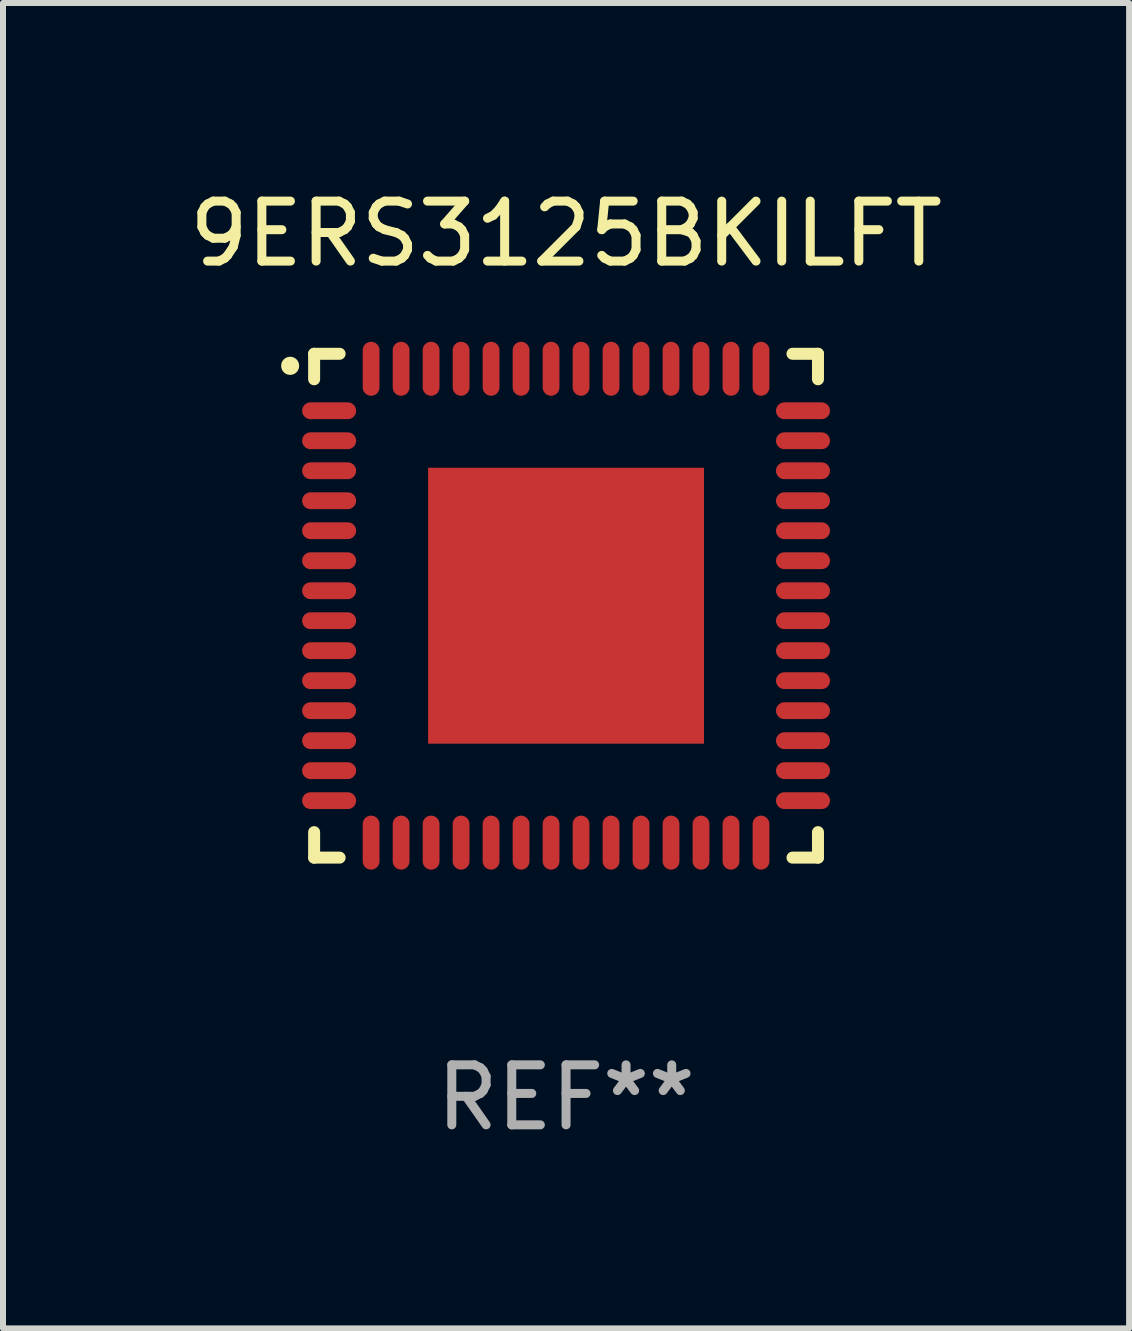
<source format=kicad_pcb>
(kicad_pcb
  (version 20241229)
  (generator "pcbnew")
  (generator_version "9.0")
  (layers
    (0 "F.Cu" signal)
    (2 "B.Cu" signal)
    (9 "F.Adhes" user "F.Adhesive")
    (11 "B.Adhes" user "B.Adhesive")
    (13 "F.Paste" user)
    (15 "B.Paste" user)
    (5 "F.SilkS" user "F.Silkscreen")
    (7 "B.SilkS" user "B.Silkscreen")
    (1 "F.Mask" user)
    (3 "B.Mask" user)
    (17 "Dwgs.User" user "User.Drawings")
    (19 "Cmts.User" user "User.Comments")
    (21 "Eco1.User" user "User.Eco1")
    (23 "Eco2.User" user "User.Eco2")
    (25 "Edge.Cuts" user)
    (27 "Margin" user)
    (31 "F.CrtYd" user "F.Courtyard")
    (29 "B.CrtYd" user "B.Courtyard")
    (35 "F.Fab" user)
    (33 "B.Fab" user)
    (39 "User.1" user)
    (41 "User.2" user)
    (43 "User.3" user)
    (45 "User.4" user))
  (footprint "9ERS3125BKILFT"
    (layer "F.Cu")
    (at 6.387 7.048)
    (property "Reference" "9ERS3125BKILFT" (at 0 -6.2 0) (layer "F.SilkS") (effects (font (size 1 1) (thickness 0.15))))
    (attr through_hole)
    (fp_line (start -4.2 -4.2) (end -3.775 -4.2) (stroke (width 0.2) (type solid)) (layer "F.SilkS"))
    (fp_line (start -4.2 -3.775) (end -4.2 -4.2) (stroke (width 0.2) (type solid)) (layer "F.SilkS"))
    (fp_line (start -4.2 3.775) (end -4.2 4.2) (stroke (width 0.2) (type solid)) (layer "F.SilkS"))
    (fp_line (start -4.2 4.2) (end -3.775 4.2) (stroke (width 0.2) (type solid)) (layer "F.SilkS"))
    (fp_line (start 3.775 4.2) (end 4.2 4.2) (stroke (width 0.2) (type solid)) (layer "F.SilkS"))
    (fp_line (start 4.2 -4.2) (end 3.775 -4.2) (stroke (width 0.2) (type solid)) (layer "F.SilkS"))
    (fp_line (start 4.2 -3.775) (end 4.2 -4.2) (stroke (width 0.2) (type solid)) (layer "F.SilkS"))
    (fp_line (start 4.2 4.2) (end 4.2 3.775) (stroke (width 0.2) (type solid)) (layer "F.SilkS"))
    (fp_arc (start -4.599949 -3.997968) (mid -4.599954 -3.999238) (end -4.599949 -4.000508) (stroke (width 0.3) (type solid)) (layer "F.SilkS"))
    (fp_text user "REF**" (at 0 8.2 0) (layer "F.Fab") (effects (font (size 1 1) (thickness 0.15))))
    (pad "1" smd oval (at -3.95 -3.25 90) (size 0.28 0.9) (layers "F.Cu" "F.Mask" "F.Paste"))
    (pad "2" smd oval (at -3.95 -2.75 90) (size 0.28 0.9) (layers "F.Cu" "F.Mask" "F.Paste"))
    (pad "3" smd oval (at -3.95 -2.25 90) (size 0.28 0.9) (layers "F.Cu" "F.Mask" "F.Paste"))
    (pad "4" smd oval (at -3.95 -1.75 90) (size 0.28 0.9) (layers "F.Cu" "F.Mask" "F.Paste"))
    (pad "5" smd oval (at -3.95 -1.25 90) (size 0.28 0.9) (layers "F.Cu" "F.Mask" "F.Paste"))
    (pad "6" smd oval (at -3.95 -0.75 90) (size 0.28 0.9) (layers "F.Cu" "F.Mask" "F.Paste"))
    (pad "7" smd oval (at -3.95 -0.25 90) (size 0.28 0.9) (layers "F.Cu" "F.Mask" "F.Paste"))
    (pad "8" smd oval (at -3.95 0.25 90) (size 0.28 0.9) (layers "F.Cu" "F.Mask" "F.Paste"))
    (pad "9" smd oval (at -3.95 0.75 90) (size 0.28 0.9) (layers "F.Cu" "F.Mask" "F.Paste"))
    (pad "10" smd oval (at -3.95 1.25 90) (size 0.28 0.9) (layers "F.Cu" "F.Mask" "F.Paste"))
    (pad "11" smd oval (at -3.95 1.75 90) (size 0.28 0.9) (layers "F.Cu" "F.Mask" "F.Paste"))
    (pad "12" smd oval (at -3.95 2.25 90) (size 0.28 0.9) (layers "F.Cu" "F.Mask" "F.Paste"))
    (pad "13" smd oval (at -3.95 2.75 90) (size 0.28 0.9) (layers "F.Cu" "F.Mask" "F.Paste"))
    (pad "14" smd oval (at -3.95 3.25 90) (size 0.28 0.9) (layers "F.Cu" "F.Mask" "F.Paste"))
    (pad "15" smd oval (at -3.25 3.95) (size 0.28 0.9) (layers "F.Cu" "F.Mask" "F.Paste"))
    (pad "16" smd oval (at -2.75 3.95) (size 0.28 0.9) (layers "F.Cu" "F.Mask" "F.Paste"))
    (pad "17" smd oval (at -2.25 3.95) (size 0.28 0.9) (layers "F.Cu" "F.Mask" "F.Paste"))
    (pad "18" smd oval (at -1.75 3.95) (size 0.28 0.9) (layers "F.Cu" "F.Mask" "F.Paste"))
    (pad "19" smd oval (at -1.25 3.95) (size 0.28 0.9) (layers "F.Cu" "F.Mask" "F.Paste"))
    (pad "20" smd oval (at -0.75 3.95) (size 0.28 0.9) (layers "F.Cu" "F.Mask" "F.Paste"))
    (pad "21" smd oval (at -0.25 3.95) (size 0.28 0.9) (layers "F.Cu" "F.Mask" "F.Paste"))
    (pad "22" smd oval (at 0.25 3.95) (size 0.28 0.9) (layers "F.Cu" "F.Mask" "F.Paste"))
    (pad "23" smd oval (at 0.75 3.95) (size 0.28 0.9) (layers "F.Cu" "F.Mask" "F.Paste"))
    (pad "24" smd oval (at 1.25 3.95) (size 0.28 0.9) (layers "F.Cu" "F.Mask" "F.Paste"))
    (pad "25" smd oval (at 1.75 3.95) (size 0.28 0.9) (layers "F.Cu" "F.Mask" "F.Paste"))
    (pad "26" smd oval (at 2.25 3.95) (size 0.28 0.9) (layers "F.Cu" "F.Mask" "F.Paste"))
    (pad "27" smd oval (at 2.75 3.95) (size 0.28 0.9) (layers "F.Cu" "F.Mask" "F.Paste"))
    (pad "28" smd oval (at 3.25 3.95) (size 0.28 0.9) (layers "F.Cu" "F.Mask" "F.Paste"))
    (pad "29" smd oval (at 3.95 3.25 90) (size 0.28 0.9) (layers "F.Cu" "F.Mask" "F.Paste"))
    (pad "30" smd oval (at 3.95 2.75 90) (size 0.28 0.9) (layers "F.Cu" "F.Mask" "F.Paste"))
    (pad "31" smd oval (at 3.95 2.25 90) (size 0.28 0.9) (layers "F.Cu" "F.Mask" "F.Paste"))
    (pad "32" smd oval (at 3.95 1.75 90) (size 0.28 0.9) (layers "F.Cu" "F.Mask" "F.Paste"))
    (pad "33" smd oval (at 3.95 1.25 90) (size 0.28 0.9) (layers "F.Cu" "F.Mask" "F.Paste"))
    (pad "34" smd oval (at 3.95 0.75 90) (size 0.28 0.9) (layers "F.Cu" "F.Mask" "F.Paste"))
    (pad "35" smd oval (at 3.95 0.25 90) (size 0.28 0.9) (layers "F.Cu" "F.Mask" "F.Paste"))
    (pad "36" smd oval (at 3.95 -0.25 90) (size 0.28 0.9) (layers "F.Cu" "F.Mask" "F.Paste"))
    (pad "37" smd oval (at 3.95 -0.75 90) (size 0.28 0.9) (layers "F.Cu" "F.Mask" "F.Paste"))
    (pad "38" smd oval (at 3.95 -1.25 90) (size 0.28 0.9) (layers "F.Cu" "F.Mask" "F.Paste"))
    (pad "39" smd oval (at 3.95 -1.75 90) (size 0.28 0.9) (layers "F.Cu" "F.Mask" "F.Paste"))
    (pad "40" smd oval (at 3.95 -2.25 90) (size 0.28 0.9) (layers "F.Cu" "F.Mask" "F.Paste"))
    (pad "41" smd oval (at 3.95 -2.75 90) (size 0.28 0.9) (layers "F.Cu" "F.Mask" "F.Paste"))
    (pad "42" smd oval (at 3.95 -3.25 90) (size 0.28 0.9) (layers "F.Cu" "F.Mask" "F.Paste"))
    (pad "43" smd oval (at 3.25 -3.95) (size 0.28 0.9) (layers "F.Cu" "F.Mask" "F.Paste"))
    (pad "44" smd oval (at 2.75 -3.95) (size 0.28 0.9) (layers "F.Cu" "F.Mask" "F.Paste"))
    (pad "45" smd oval (at 2.25 -3.95) (size 0.28 0.9) (layers "F.Cu" "F.Mask" "F.Paste"))
    (pad "46" smd oval (at 1.75 -3.95) (size 0.28 0.9) (layers "F.Cu" "F.Mask" "F.Paste"))
    (pad "47" smd oval (at 1.25 -3.95) (size 0.28 0.9) (layers "F.Cu" "F.Mask" "F.Paste"))
    (pad "48" smd oval (at 0.75 -3.95) (size 0.28 0.9) (layers "F.Cu" "F.Mask" "F.Paste"))
    (pad "49" smd oval (at 0.25 -3.95) (size 0.28 0.9) (layers "F.Cu" "F.Mask" "F.Paste"))
    (pad "50" smd oval (at -0.25 -3.95) (size 0.28 0.9) (layers "F.Cu" "F.Mask" "F.Paste"))
    (pad "51" smd oval (at -0.75 -3.95) (size 0.28 0.9) (layers "F.Cu" "F.Mask" "F.Paste"))
    (pad "52" smd oval (at -1.25 -3.95) (size 0.28 0.9) (layers "F.Cu" "F.Mask" "F.Paste"))
    (pad "53" smd oval (at -1.75 -3.95) (size 0.28 0.9) (layers "F.Cu" "F.Mask" "F.Paste"))
    (pad "54" smd oval (at -2.25 -3.95) (size 0.28 0.9) (layers "F.Cu" "F.Mask" "F.Paste"))
    (pad "55" smd oval (at -2.75 -3.95) (size 0.28 0.9) (layers "F.Cu" "F.Mask" "F.Paste"))
    (pad "56" smd oval (at -3.25 -3.95) (size 0.28 0.9) (layers "F.Cu" "F.Mask" "F.Paste"))
    (pad "57" smd rect (at 0 0.000051) (size 4.6 4.6) (layers "F.Cu" "F.Mask" "F.Paste")))
  (gr_rect
    (start -3 -3)
    (end 15.774 19.096)
    (stroke (width 0.1) (type default))
    (fill no)
    (layer "Edge.Cuts")))
</source>
